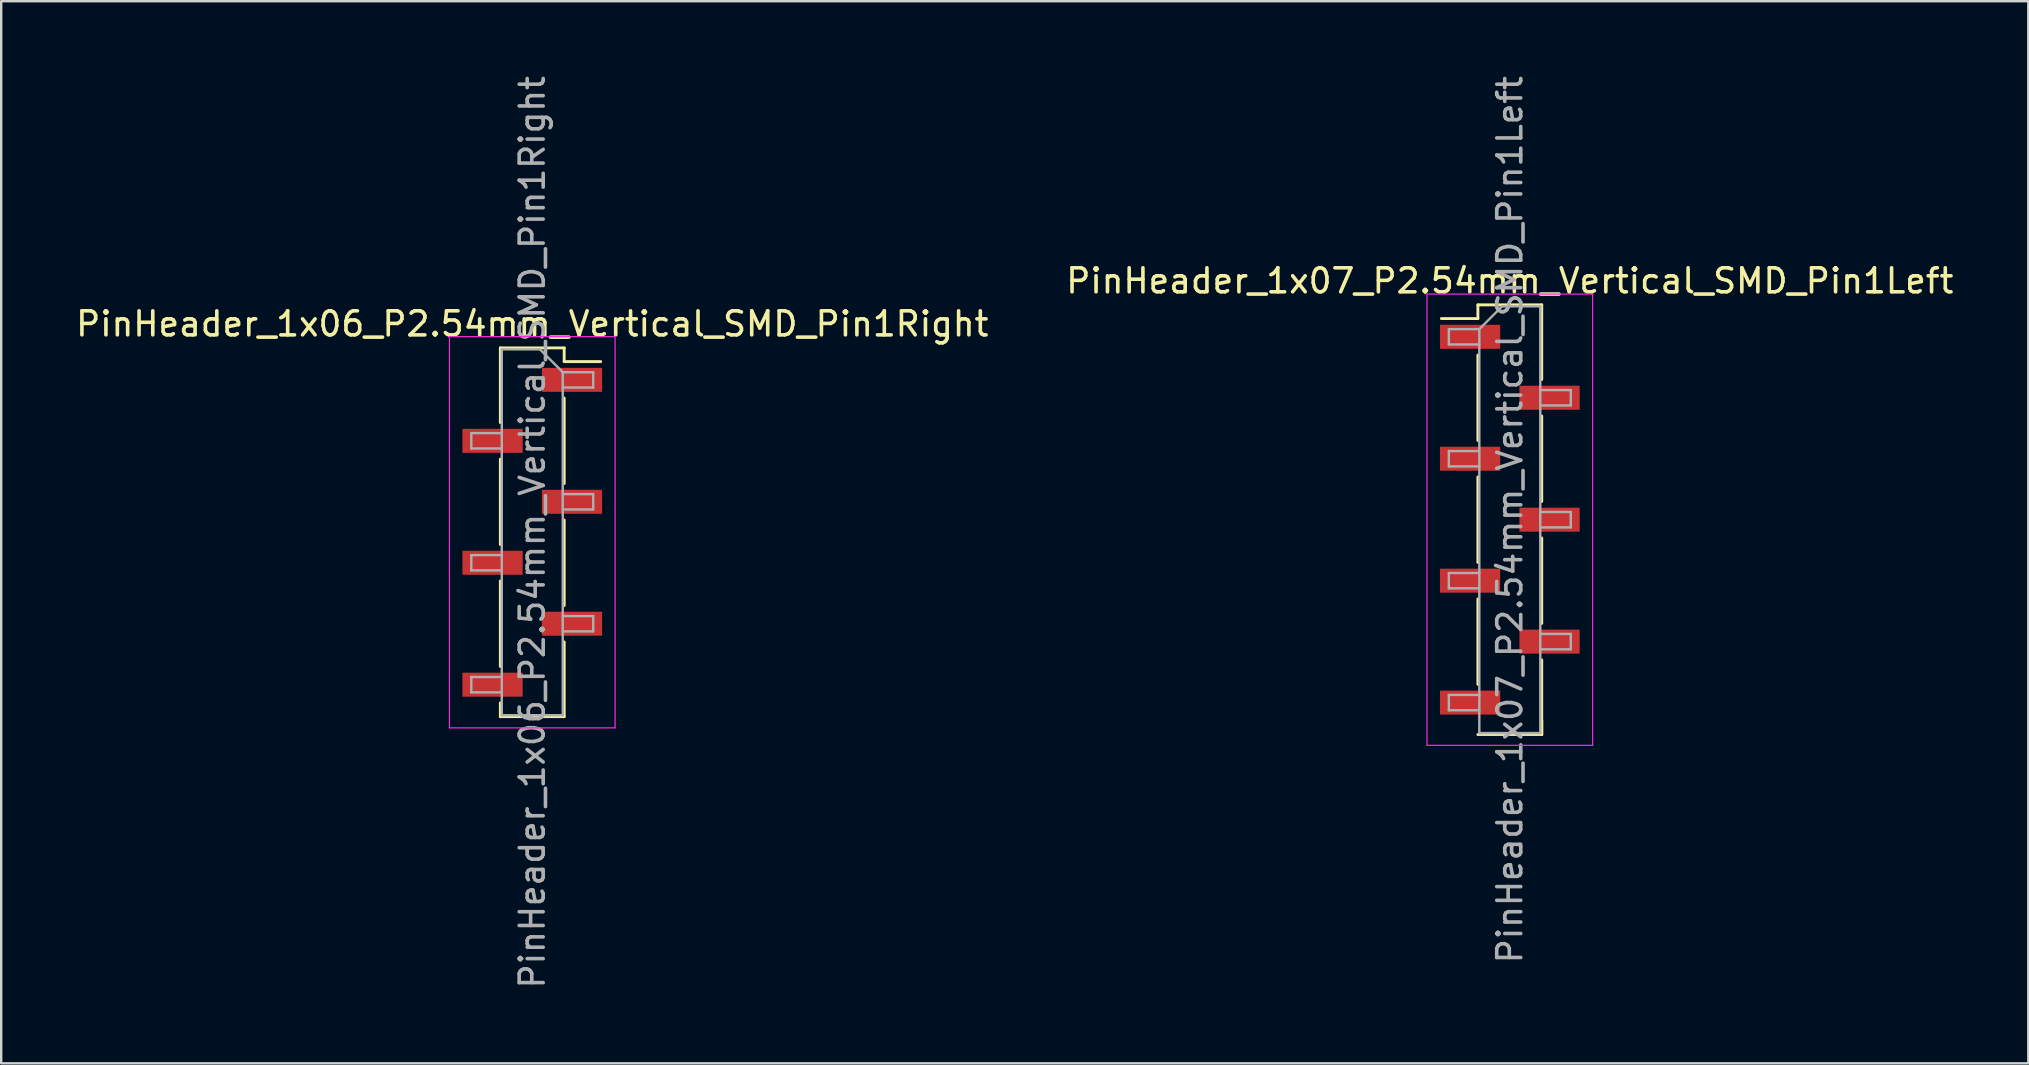
<source format=kicad_pcb>
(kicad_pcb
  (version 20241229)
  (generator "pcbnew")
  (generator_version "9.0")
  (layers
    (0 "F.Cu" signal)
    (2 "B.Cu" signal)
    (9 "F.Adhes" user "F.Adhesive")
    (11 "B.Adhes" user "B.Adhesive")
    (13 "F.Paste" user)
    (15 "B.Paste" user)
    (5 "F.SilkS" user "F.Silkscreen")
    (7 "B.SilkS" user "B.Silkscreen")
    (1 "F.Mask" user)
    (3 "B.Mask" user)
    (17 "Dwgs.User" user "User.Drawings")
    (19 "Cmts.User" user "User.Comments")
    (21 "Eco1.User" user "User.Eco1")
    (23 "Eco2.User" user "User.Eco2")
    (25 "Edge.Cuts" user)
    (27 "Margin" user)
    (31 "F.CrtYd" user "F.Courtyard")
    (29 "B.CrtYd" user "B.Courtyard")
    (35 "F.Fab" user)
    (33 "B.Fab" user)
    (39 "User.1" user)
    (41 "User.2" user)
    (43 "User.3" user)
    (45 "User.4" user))
  (footprint "PinHeader_1x06_P2.54mm_Vertical_SMD_Pin1Right"
    (layer "F.Cu")
    (at 19.125 19.125)
    (property "Reference" "PinHeader_1x06_P2.54mm_Vertical_SMD_Pin1Right" (at 0 -8.68 0) (layer "F.SilkS") (effects (font (size 1 1) (thickness 0.15))))
    (attr smd)
    (fp_line (start -1.33 -7.68) (end -1.33 -4.57) (stroke (width 0.12) (type solid)) (layer "F.SilkS"))
    (fp_line (start -1.33 -7.68) (end 1.33 -7.68) (stroke (width 0.12) (type solid)) (layer "F.SilkS"))
    (fp_line (start -1.33 -3.05) (end -1.33 0.51) (stroke (width 0.12) (type solid)) (layer "F.SilkS"))
    (fp_line (start -1.33 2.03) (end -1.33 5.59) (stroke (width 0.12) (type solid)) (layer "F.SilkS"))
    (fp_line (start -1.33 7.11) (end -1.33 7.68) (stroke (width 0.12) (type solid)) (layer "F.SilkS"))
    (fp_line (start -1.33 7.68) (end 1.33 7.68) (stroke (width 0.12) (type solid)) (layer "F.SilkS"))
    (fp_line (start 1.33 -7.68) (end 1.33 -7.11) (stroke (width 0.12) (type solid)) (layer "F.SilkS"))
    (fp_line (start 1.33 -7.11) (end 2.85 -7.11) (stroke (width 0.12) (type solid)) (layer "F.SilkS"))
    (fp_line (start 1.33 -5.59) (end 1.33 -2.03) (stroke (width 0.12) (type solid)) (layer "F.SilkS"))
    (fp_line (start 1.33 -0.51) (end 1.33 3.05) (stroke (width 0.12) (type solid)) (layer "F.SilkS"))
    (fp_line (start 1.33 4.57) (end 1.33 7.68) (stroke (width 0.12) (type solid)) (layer "F.SilkS"))
    (fp_line (start -3.45 -8.15) (end -3.45 8.15) (stroke (width 0.05) (type solid)) (layer "F.CrtYd"))
    (fp_line (start -3.45 8.15) (end 3.45 8.15) (stroke (width 0.05) (type solid)) (layer "F.CrtYd"))
    (fp_line (start 3.45 -8.15) (end -3.45 -8.15) (stroke (width 0.05) (type solid)) (layer "F.CrtYd"))
    (fp_line (start 3.45 8.15) (end 3.45 -8.15) (stroke (width 0.05) (type solid)) (layer "F.CrtYd"))
    (fp_line (start -2.54 -4.13) (end -2.54 -3.49) (stroke (width 0.1) (type solid)) (layer "F.Fab"))
    (fp_line (start -2.54 -3.49) (end -1.27 -3.49) (stroke (width 0.1) (type solid)) (layer "F.Fab"))
    (fp_line (start -2.54 0.95) (end -2.54 1.59) (stroke (width 0.1) (type solid)) (layer "F.Fab"))
    (fp_line (start -2.54 1.59) (end -1.27 1.59) (stroke (width 0.1) (type solid)) (layer "F.Fab"))
    (fp_line (start -2.54 6.03) (end -2.54 6.67) (stroke (width 0.1) (type solid)) (layer "F.Fab"))
    (fp_line (start -2.54 6.67) (end -1.27 6.67) (stroke (width 0.1) (type solid)) (layer "F.Fab"))
    (fp_line (start -1.27 -7.62) (end -1.27 7.62) (stroke (width 0.1) (type solid)) (layer "F.Fab"))
    (fp_line (start -1.27 -7.62) (end 0.32 -7.62) (stroke (width 0.1) (type solid)) (layer "F.Fab"))
    (fp_line (start -1.27 -4.13) (end -2.54 -4.13) (stroke (width 0.1) (type solid)) (layer "F.Fab"))
    (fp_line (start -1.27 0.95) (end -2.54 0.95) (stroke (width 0.1) (type solid)) (layer "F.Fab"))
    (fp_line (start -1.27 6.03) (end -2.54 6.03) (stroke (width 0.1) (type solid)) (layer "F.Fab"))
    (fp_line (start 1.27 -6.67) (end 0.32 -7.62) (stroke (width 0.1) (type solid)) (layer "F.Fab"))
    (fp_line (start 1.27 -6.67) (end 2.54 -6.67) (stroke (width 0.1) (type solid)) (layer "F.Fab"))
    (fp_line (start 1.27 -1.59) (end 2.54 -1.59) (stroke (width 0.1) (type solid)) (layer "F.Fab"))
    (fp_line (start 1.27 3.49) (end 2.54 3.49) (stroke (width 0.1) (type solid)) (layer "F.Fab"))
    (fp_line (start 1.27 7.62) (end -1.27 7.62) (stroke (width 0.1) (type solid)) (layer "F.Fab"))
    (fp_line (start 1.27 7.62) (end 1.27 -6.67) (stroke (width 0.1) (type solid)) (layer "F.Fab"))
    (fp_line (start 2.54 -6.67) (end 2.54 -6.03) (stroke (width 0.1) (type solid)) (layer "F.Fab"))
    (fp_line (start 2.54 -6.03) (end 1.27 -6.03) (stroke (width 0.1) (type solid)) (layer "F.Fab"))
    (fp_line (start 2.54 -1.59) (end 2.54 -0.95) (stroke (width 0.1) (type solid)) (layer "F.Fab"))
    (fp_line (start 2.54 -0.95) (end 1.27 -0.95) (stroke (width 0.1) (type solid)) (layer "F.Fab"))
    (fp_line (start 2.54 3.49) (end 2.54 4.13) (stroke (width 0.1) (type solid)) (layer "F.Fab"))
    (fp_line (start 2.54 4.13) (end 1.27 4.13) (stroke (width 0.1) (type solid)) (layer "F.Fab"))
    (fp_text user "${REFERENCE}" (at 0 0 90) (layer "F.Fab") (effects (font (size 1 1) (thickness 0.15))))
    (pad "1" smd rect (at 1.655 -6.35) (size 2.51 1) (layers "F.Cu" "F.Mask" "F.Paste"))
    (pad "2" smd rect (at -1.655 -3.81) (size 2.51 1) (layers "F.Cu" "F.Mask" "F.Paste"))
    (pad "3" smd rect (at 1.655 -1.27) (size 2.51 1) (layers "F.Cu" "F.Mask" "F.Paste"))
    (pad "4" smd rect (at -1.655 1.27) (size 2.51 1) (layers "F.Cu" "F.Mask" "F.Paste"))
    (pad "5" smd rect (at 1.655 3.81) (size 2.51 1) (layers "F.Cu" "F.Mask" "F.Paste"))
    (pad "6" smd rect (at -1.655 6.35) (size 2.51 1) (layers "F.Cu" "F.Mask" "F.Paste")))
  (footprint "PinHeader_1x07_P2.54mm_Vertical_SMD_Pin1Left"
    (layer "F.Cu")
    (at 59.851 18.601)
    (property "Reference" "PinHeader_1x07_P2.54mm_Vertical_SMD_Pin1Left" (at 0 -9.95 0) (layer "F.SilkS") (effects (font (size 1 1) (thickness 0.15))))
    (attr smd)
    (fp_line (start -1.33 -8.95) (end -1.33 -8.38) (stroke (width 0.12) (type solid)) (layer "F.SilkS"))
    (fp_line (start -1.33 -8.95) (end 1.33 -8.95) (stroke (width 0.12) (type solid)) (layer "F.SilkS"))
    (fp_line (start -1.33 -8.38) (end -2.85 -8.38) (stroke (width 0.12) (type solid)) (layer "F.SilkS"))
    (fp_line (start -1.33 -6.86) (end -1.33 -3.3) (stroke (width 0.12) (type solid)) (layer "F.SilkS"))
    (fp_line (start -1.33 -1.78) (end -1.33 1.78) (stroke (width 0.12) (type solid)) (layer "F.SilkS"))
    (fp_line (start -1.33 3.3) (end -1.33 6.86) (stroke (width 0.12) (type solid)) (layer "F.SilkS"))
    (fp_line (start -1.33 8.95) (end 1.33 8.95) (stroke (width 0.12) (type solid)) (layer "F.SilkS"))
    (fp_line (start 1.33 -8.95) (end 1.33 -5.84) (stroke (width 0.12) (type solid)) (layer "F.SilkS"))
    (fp_line (start 1.33 -4.32) (end 1.33 -0.76) (stroke (width 0.12) (type solid)) (layer "F.SilkS"))
    (fp_line (start 1.33 0.76) (end 1.33 4.32) (stroke (width 0.12) (type solid)) (layer "F.SilkS"))
    (fp_line (start 1.33 5.84) (end 1.33 8.95) (stroke (width 0.12) (type solid)) (layer "F.SilkS"))
    (fp_line (start 1.33 8.38) (end 1.33 8.95) (stroke (width 0.12) (type solid)) (layer "F.SilkS"))
    (fp_line (start -3.45 -9.4) (end -3.45 9.4) (stroke (width 0.05) (type solid)) (layer "F.CrtYd"))
    (fp_line (start -3.45 9.4) (end 3.45 9.4) (stroke (width 0.05) (type solid)) (layer "F.CrtYd"))
    (fp_line (start 3.45 -9.4) (end -3.45 -9.4) (stroke (width 0.05) (type solid)) (layer "F.CrtYd"))
    (fp_line (start 3.45 9.4) (end 3.45 -9.4) (stroke (width 0.05) (type solid)) (layer "F.CrtYd"))
    (fp_line (start -2.54 -7.94) (end -2.54 -7.3) (stroke (width 0.1) (type solid)) (layer "F.Fab"))
    (fp_line (start -2.54 -7.3) (end -1.27 -7.3) (stroke (width 0.1) (type solid)) (layer "F.Fab"))
    (fp_line (start -2.54 -2.86) (end -2.54 -2.22) (stroke (width 0.1) (type solid)) (layer "F.Fab"))
    (fp_line (start -2.54 -2.22) (end -1.27 -2.22) (stroke (width 0.1) (type solid)) (layer "F.Fab"))
    (fp_line (start -2.54 2.22) (end -2.54 2.86) (stroke (width 0.1) (type solid)) (layer "F.Fab"))
    (fp_line (start -2.54 2.86) (end -1.27 2.86) (stroke (width 0.1) (type solid)) (layer "F.Fab"))
    (fp_line (start -2.54 7.3) (end -2.54 7.94) (stroke (width 0.1) (type solid)) (layer "F.Fab"))
    (fp_line (start -2.54 7.94) (end -1.27 7.94) (stroke (width 0.1) (type solid)) (layer "F.Fab"))
    (fp_line (start -1.27 -7.94) (end -2.54 -7.94) (stroke (width 0.1) (type solid)) (layer "F.Fab"))
    (fp_line (start -1.27 -7.94) (end -0.32 -8.89) (stroke (width 0.1) (type solid)) (layer "F.Fab"))
    (fp_line (start -1.27 -2.86) (end -2.54 -2.86) (stroke (width 0.1) (type solid)) (layer "F.Fab"))
    (fp_line (start -1.27 2.22) (end -2.54 2.22) (stroke (width 0.1) (type solid)) (layer "F.Fab"))
    (fp_line (start -1.27 7.3) (end -2.54 7.3) (stroke (width 0.1) (type solid)) (layer "F.Fab"))
    (fp_line (start -1.27 8.89) (end -1.27 -7.94) (stroke (width 0.1) (type solid)) (layer "F.Fab"))
    (fp_line (start -0.32 -8.89) (end 1.27 -8.89) (stroke (width 0.1) (type solid)) (layer "F.Fab"))
    (fp_line (start 1.27 -8.89) (end 1.27 8.89) (stroke (width 0.1) (type solid)) (layer "F.Fab"))
    (fp_line (start 1.27 -5.4) (end 2.54 -5.4) (stroke (width 0.1) (type solid)) (layer "F.Fab"))
    (fp_line (start 1.27 -0.32) (end 2.54 -0.32) (stroke (width 0.1) (type solid)) (layer "F.Fab"))
    (fp_line (start 1.27 4.76) (end 2.54 4.76) (stroke (width 0.1) (type solid)) (layer "F.Fab"))
    (fp_line (start 1.27 8.89) (end -1.27 8.89) (stroke (width 0.1) (type solid)) (layer "F.Fab"))
    (fp_line (start 2.54 -5.4) (end 2.54 -4.76) (stroke (width 0.1) (type solid)) (layer "F.Fab"))
    (fp_line (start 2.54 -4.76) (end 1.27 -4.76) (stroke (width 0.1) (type solid)) (layer "F.Fab"))
    (fp_line (start 2.54 -0.32) (end 2.54 0.32) (stroke (width 0.1) (type solid)) (layer "F.Fab"))
    (fp_line (start 2.54 0.32) (end 1.27 0.32) (stroke (width 0.1) (type solid)) (layer "F.Fab"))
    (fp_line (start 2.54 4.76) (end 2.54 5.4) (stroke (width 0.1) (type solid)) (layer "F.Fab"))
    (fp_line (start 2.54 5.4) (end 1.27 5.4) (stroke (width 0.1) (type solid)) (layer "F.Fab"))
    (fp_text user "${REFERENCE}" (at 0 0 90) (layer "F.Fab") (effects (font (size 1 1) (thickness 0.15))))
    (pad "1" smd rect (at -1.655 -7.62) (size 2.51 1) (layers "F.Cu" "F.Mask" "F.Paste"))
    (pad "2" smd rect (at 1.655 -5.08) (size 2.51 1) (layers "F.Cu" "F.Mask" "F.Paste"))
    (pad "3" smd rect (at -1.655 -2.54) (size 2.51 1) (layers "F.Cu" "F.Mask" "F.Paste"))
    (pad "4" smd rect (at 1.655 0) (size 2.51 1) (layers "F.Cu" "F.Mask" "F.Paste"))
    (pad "5" smd rect (at -1.655 2.54) (size 2.51 1) (layers "F.Cu" "F.Mask" "F.Paste"))
    (pad "6" smd rect (at 1.655 5.08) (size 2.51 1) (layers "F.Cu" "F.Mask" "F.Paste"))
    (pad "7" smd rect (at -1.655 7.62) (size 2.51 1) (layers "F.Cu" "F.Mask" "F.Paste")))
  (gr_rect
    (start -3 -3)
    (end 81.452 41.25)
    (stroke (width 0.1) (type default))
    (fill no)
    (layer "Edge.Cuts")))
</source>
